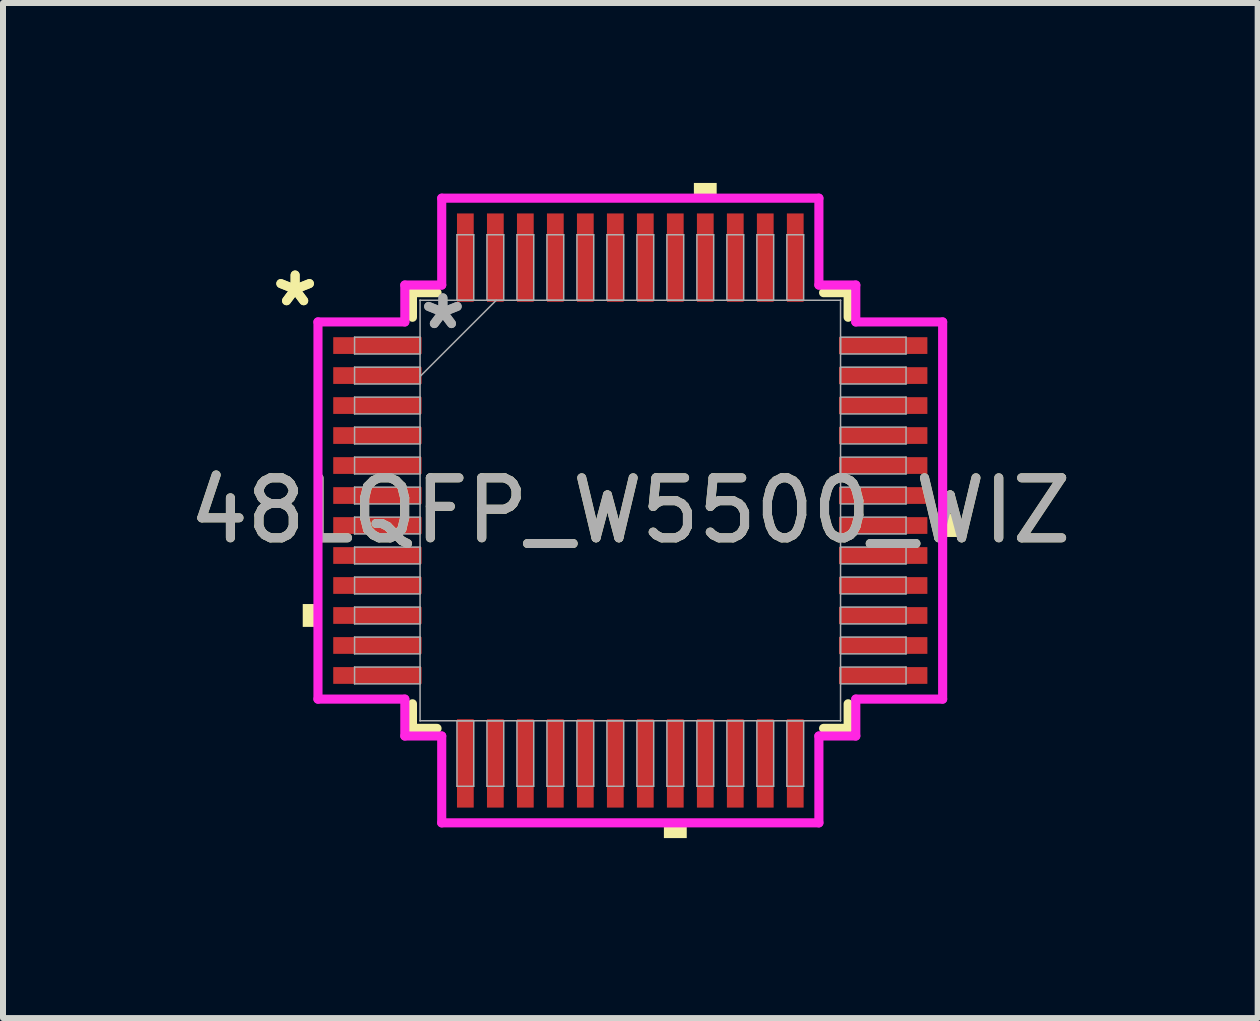
<source format=kicad_pcb>
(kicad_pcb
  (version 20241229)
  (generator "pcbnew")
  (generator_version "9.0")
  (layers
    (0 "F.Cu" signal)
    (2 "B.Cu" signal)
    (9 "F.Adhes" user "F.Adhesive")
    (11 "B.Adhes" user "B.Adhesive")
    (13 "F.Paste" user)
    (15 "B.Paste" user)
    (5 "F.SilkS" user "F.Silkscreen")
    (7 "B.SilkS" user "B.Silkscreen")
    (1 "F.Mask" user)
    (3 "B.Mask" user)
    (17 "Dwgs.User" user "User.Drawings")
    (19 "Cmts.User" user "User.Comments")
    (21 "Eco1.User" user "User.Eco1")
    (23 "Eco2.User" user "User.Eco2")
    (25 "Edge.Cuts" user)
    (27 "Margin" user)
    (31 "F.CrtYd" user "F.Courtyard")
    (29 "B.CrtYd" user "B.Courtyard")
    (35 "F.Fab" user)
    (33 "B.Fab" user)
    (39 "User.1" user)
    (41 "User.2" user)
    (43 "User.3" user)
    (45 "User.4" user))
  (footprint "48LQFP_W5500_WIZ"
    (layer "F.Cu")
    (at 7.458 5.461)
    (property "Reference" "48LQFP_W5500_WIZ" (at 0 0 0) (unlocked yes) (layer "F.SilkS") (effects (font (size 1 1) (thickness 0.15))))
    (attr smd)
    (fp_line (start -3.632 -3.632) (end -3.632 -3.222) (stroke (width 0.152) (type solid)) (layer "F.SilkS"))
    (fp_line (start -3.632 3.222) (end -3.632 3.632) (stroke (width 0.152) (type solid)) (layer "F.SilkS"))
    (fp_line (start -3.632 3.632) (end -3.222 3.632) (stroke (width 0.152) (type solid)) (layer "F.SilkS"))
    (fp_line (start -3.222 -3.632) (end -3.632 -3.632) (stroke (width 0.152) (type solid)) (layer "F.SilkS"))
    (fp_line (start 3.222 3.632) (end 3.632 3.632) (stroke (width 0.152) (type solid)) (layer "F.SilkS"))
    (fp_line (start 3.632 -3.632) (end 3.222 -3.632) (stroke (width 0.152) (type solid)) (layer "F.SilkS"))
    (fp_line (start 3.632 -3.222) (end 3.632 -3.632) (stroke (width 0.152) (type solid)) (layer "F.SilkS"))
    (fp_line (start 3.632 3.632) (end 3.632 3.222) (stroke (width 0.152) (type solid)) (layer "F.SilkS"))
    (fp_poly (pts (xy -5.461 1.559) (xy -5.461 1.94) (xy -5.207 1.94) (xy -5.207 1.559)) (stroke (width 0) (type solid)) (fill yes) (layer "F.SilkS"))
    (fp_poly (pts (xy 0.56 5.207) (xy 0.56 5.461) (xy 0.941 5.461) (xy 0.941 5.207)) (stroke (width 0) (type solid)) (fill yes) (layer "F.SilkS"))
    (fp_poly (pts (xy 1.06 -5.207) (xy 1.06 -5.461) (xy 1.44 -5.461) (xy 1.44 -5.207)) (stroke (width 0) (type solid)) (fill yes) (layer "F.SilkS"))
    (fp_poly (pts (xy 5.461 0.059) (xy 5.461 0.441) (xy 5.207 0.441) (xy 5.207 0.059)) (stroke (width 0) (type solid)) (fill yes) (layer "F.SilkS"))
    (fp_line (start -5.207 -3.144) (end -3.759 -3.144) (stroke (width 0.152) (type solid)) (layer "F.CrtYd"))
    (fp_line (start -5.207 3.144) (end -5.207 -3.144) (stroke (width 0.152) (type solid)) (layer "F.CrtYd"))
    (fp_line (start -3.759 -3.759) (end -3.144 -3.759) (stroke (width 0.152) (type solid)) (layer "F.CrtYd"))
    (fp_line (start -3.759 -3.144) (end -3.759 -3.759) (stroke (width 0.152) (type solid)) (layer "F.CrtYd"))
    (fp_line (start -3.759 3.144) (end -5.207 3.144) (stroke (width 0.152) (type solid)) (layer "F.CrtYd"))
    (fp_line (start -3.759 3.759) (end -3.759 3.144) (stroke (width 0.152) (type solid)) (layer "F.CrtYd"))
    (fp_line (start -3.759 3.759) (end -3.144 3.759) (stroke (width 0.152) (type solid)) (layer "F.CrtYd"))
    (fp_line (start -3.144 -5.207) (end 3.144 -5.207) (stroke (width 0.152) (type solid)) (layer "F.CrtYd"))
    (fp_line (start -3.144 -3.759) (end -3.144 -5.207) (stroke (width 0.152) (type solid)) (layer "F.CrtYd"))
    (fp_line (start -3.144 3.759) (end -3.144 5.207) (stroke (width 0.152) (type solid)) (layer "F.CrtYd"))
    (fp_line (start -3.144 5.207) (end 3.144 5.207) (stroke (width 0.152) (type solid)) (layer "F.CrtYd"))
    (fp_line (start 3.144 -5.207) (end 3.144 -3.759) (stroke (width 0.152) (type solid)) (layer "F.CrtYd"))
    (fp_line (start 3.144 -3.759) (end 3.759 -3.759) (stroke (width 0.152) (type solid)) (layer "F.CrtYd"))
    (fp_line (start 3.144 3.759) (end 3.759 3.759) (stroke (width 0.152) (type solid)) (layer "F.CrtYd"))
    (fp_line (start 3.144 5.207) (end 3.144 3.759) (stroke (width 0.152) (type solid)) (layer "F.CrtYd"))
    (fp_line (start 3.759 -3.144) (end 3.759 -3.759) (stroke (width 0.152) (type solid)) (layer "F.CrtYd"))
    (fp_line (start 3.759 3.144) (end 5.207 3.144) (stroke (width 0.152) (type solid)) (layer "F.CrtYd"))
    (fp_line (start 3.759 3.759) (end 3.759 3.144) (stroke (width 0.152) (type solid)) (layer "F.CrtYd"))
    (fp_line (start 5.207 -3.144) (end 3.759 -3.144) (stroke (width 0.152) (type solid)) (layer "F.CrtYd"))
    (fp_line (start 5.207 3.144) (end 5.207 -3.144) (stroke (width 0.152) (type solid)) (layer "F.CrtYd"))
    (fp_line (start -4.597 -2.89) (end -4.597 -2.61) (stroke (width 0.025) (type solid)) (layer "F.Fab"))
    (fp_line (start -4.597 -2.61) (end -3.505 -2.61) (stroke (width 0.025) (type solid)) (layer "F.Fab"))
    (fp_line (start -4.597 -2.39) (end -4.597 -2.11) (stroke (width 0.025) (type solid)) (layer "F.Fab"))
    (fp_line (start -4.597 -2.11) (end -3.505 -2.11) (stroke (width 0.025) (type solid)) (layer "F.Fab"))
    (fp_line (start -4.597 -1.89) (end -4.597 -1.61) (stroke (width 0.025) (type solid)) (layer "F.Fab"))
    (fp_line (start -4.597 -1.61) (end -3.505 -1.61) (stroke (width 0.025) (type solid)) (layer "F.Fab"))
    (fp_line (start -4.597 -1.39) (end -4.597 -1.11) (stroke (width 0.025) (type solid)) (layer "F.Fab"))
    (fp_line (start -4.597 -1.11) (end -3.505 -1.11) (stroke (width 0.025) (type solid)) (layer "F.Fab"))
    (fp_line (start -4.597 -0.89) (end -4.597 -0.61) (stroke (width 0.025) (type solid)) (layer "F.Fab"))
    (fp_line (start -4.597 -0.61) (end -3.505 -0.61) (stroke (width 0.025) (type solid)) (layer "F.Fab"))
    (fp_line (start -4.597 -0.39) (end -4.597 -0.11) (stroke (width 0.025) (type solid)) (layer "F.Fab"))
    (fp_line (start -4.597 -0.11) (end -3.505 -0.11) (stroke (width 0.025) (type solid)) (layer "F.Fab"))
    (fp_line (start -4.597 0.11) (end -4.597 0.39) (stroke (width 0.025) (type solid)) (layer "F.Fab"))
    (fp_line (start -4.597 0.39) (end -3.505 0.39) (stroke (width 0.025) (type solid)) (layer "F.Fab"))
    (fp_line (start -4.597 0.61) (end -4.597 0.89) (stroke (width 0.025) (type solid)) (layer "F.Fab"))
    (fp_line (start -4.597 0.89) (end -3.505 0.89) (stroke (width 0.025) (type solid)) (layer "F.Fab"))
    (fp_line (start -4.597 1.11) (end -4.597 1.39) (stroke (width 0.025) (type solid)) (layer "F.Fab"))
    (fp_line (start -4.597 1.39) (end -3.505 1.39) (stroke (width 0.025) (type solid)) (layer "F.Fab"))
    (fp_line (start -4.597 1.61) (end -4.597 1.89) (stroke (width 0.025) (type solid)) (layer "F.Fab"))
    (fp_line (start -4.597 1.89) (end -3.505 1.89) (stroke (width 0.025) (type solid)) (layer "F.Fab"))
    (fp_line (start -4.597 2.11) (end -4.597 2.39) (stroke (width 0.025) (type solid)) (layer "F.Fab"))
    (fp_line (start -4.597 2.39) (end -3.505 2.39) (stroke (width 0.025) (type solid)) (layer "F.Fab"))
    (fp_line (start -4.597 2.61) (end -4.597 2.89) (stroke (width 0.025) (type solid)) (layer "F.Fab"))
    (fp_line (start -4.597 2.89) (end -3.505 2.89) (stroke (width 0.025) (type solid)) (layer "F.Fab"))
    (fp_line (start -3.505 -3.505) (end -3.505 -3.505) (stroke (width 0.025) (type solid)) (layer "F.Fab"))
    (fp_line (start -3.505 -3.505) (end -3.505 3.505) (stroke (width 0.025) (type solid)) (layer "F.Fab"))
    (fp_line (start -3.505 -2.89) (end -4.597 -2.89) (stroke (width 0.025) (type solid)) (layer "F.Fab"))
    (fp_line (start -3.505 -2.61) (end -3.505 -2.89) (stroke (width 0.025) (type solid)) (layer "F.Fab"))
    (fp_line (start -3.505 -2.39) (end -4.597 -2.39) (stroke (width 0.025) (type solid)) (layer "F.Fab"))
    (fp_line (start -3.505 -2.235) (end -2.235 -3.505) (stroke (width 0.025) (type solid)) (layer "F.Fab"))
    (fp_line (start -3.505 -2.11) (end -3.505 -2.39) (stroke (width 0.025) (type solid)) (layer "F.Fab"))
    (fp_line (start -3.505 -1.89) (end -4.597 -1.89) (stroke (width 0.025) (type solid)) (layer "F.Fab"))
    (fp_line (start -3.505 -1.61) (end -3.505 -1.89) (stroke (width 0.025) (type solid)) (layer "F.Fab"))
    (fp_line (start -3.505 -1.39) (end -4.597 -1.39) (stroke (width 0.025) (type solid)) (layer "F.Fab"))
    (fp_line (start -3.505 -1.11) (end -3.505 -1.39) (stroke (width 0.025) (type solid)) (layer "F.Fab"))
    (fp_line (start -3.505 -0.89) (end -4.597 -0.89) (stroke (width 0.025) (type solid)) (layer "F.Fab"))
    (fp_line (start -3.505 -0.61) (end -3.505 -0.89) (stroke (width 0.025) (type solid)) (layer "F.Fab"))
    (fp_line (start -3.505 -0.39) (end -4.597 -0.39) (stroke (width 0.025) (type solid)) (layer "F.Fab"))
    (fp_line (start -3.505 -0.11) (end -3.505 -0.39) (stroke (width 0.025) (type solid)) (layer "F.Fab"))
    (fp_line (start -3.505 0.11) (end -4.597 0.11) (stroke (width 0.025) (type solid)) (layer "F.Fab"))
    (fp_line (start -3.505 0.39) (end -3.505 0.11) (stroke (width 0.025) (type solid)) (layer "F.Fab"))
    (fp_line (start -3.505 0.61) (end -4.597 0.61) (stroke (width 0.025) (type solid)) (layer "F.Fab"))
    (fp_line (start -3.505 0.89) (end -3.505 0.61) (stroke (width 0.025) (type solid)) (layer "F.Fab"))
    (fp_line (start -3.505 1.11) (end -4.597 1.11) (stroke (width 0.025) (type solid)) (layer "F.Fab"))
    (fp_line (start -3.505 1.39) (end -3.505 1.11) (stroke (width 0.025) (type solid)) (layer "F.Fab"))
    (fp_line (start -3.505 1.61) (end -4.597 1.61) (stroke (width 0.025) (type solid)) (layer "F.Fab"))
    (fp_line (start -3.505 1.89) (end -3.505 1.61) (stroke (width 0.025) (type solid)) (layer "F.Fab"))
    (fp_line (start -3.505 2.11) (end -4.597 2.11) (stroke (width 0.025) (type solid)) (layer "F.Fab"))
    (fp_line (start -3.505 2.39) (end -3.505 2.11) (stroke (width 0.025) (type solid)) (layer "F.Fab"))
    (fp_line (start -3.505 2.61) (end -4.597 2.61) (stroke (width 0.025) (type solid)) (layer "F.Fab"))
    (fp_line (start -3.505 2.89) (end -3.505 2.61) (stroke (width 0.025) (type solid)) (layer "F.Fab"))
    (fp_line (start -3.505 3.505) (end -3.505 3.505) (stroke (width 0.025) (type solid)) (layer "F.Fab"))
    (fp_line (start -3.505 3.505) (end 3.505 3.505) (stroke (width 0.025) (type solid)) (layer "F.Fab"))
    (fp_line (start -2.89 -4.597) (end -2.89 -3.505) (stroke (width 0.025) (type solid)) (layer "F.Fab"))
    (fp_line (start -2.89 -3.505) (end -2.61 -3.505) (stroke (width 0.025) (type solid)) (layer "F.Fab"))
    (fp_line (start -2.89 3.505) (end -2.89 4.597) (stroke (width 0.025) (type solid)) (layer "F.Fab"))
    (fp_line (start -2.89 4.597) (end -2.61 4.597) (stroke (width 0.025) (type solid)) (layer "F.Fab"))
    (fp_line (start -2.61 -4.597) (end -2.89 -4.597) (stroke (width 0.025) (type solid)) (layer "F.Fab"))
    (fp_line (start -2.61 -3.505) (end -2.61 -4.597) (stroke (width 0.025) (type solid)) (layer "F.Fab"))
    (fp_line (start -2.61 3.505) (end -2.89 3.505) (stroke (width 0.025) (type solid)) (layer "F.Fab"))
    (fp_line (start -2.61 4.597) (end -2.61 3.505) (stroke (width 0.025) (type solid)) (layer "F.Fab"))
    (fp_line (start -2.39 -4.597) (end -2.39 -3.505) (stroke (width 0.025) (type solid)) (layer "F.Fab"))
    (fp_line (start -2.39 -3.505) (end -2.11 -3.505) (stroke (width 0.025) (type solid)) (layer "F.Fab"))
    (fp_line (start -2.39 3.505) (end -2.39 4.597) (stroke (width 0.025) (type solid)) (layer "F.Fab"))
    (fp_line (start -2.39 4.597) (end -2.11 4.597) (stroke (width 0.025) (type solid)) (layer "F.Fab"))
    (fp_line (start -2.11 -4.597) (end -2.39 -4.597) (stroke (width 0.025) (type solid)) (layer "F.Fab"))
    (fp_line (start -2.11 -3.505) (end -2.11 -4.597) (stroke (width 0.025) (type solid)) (layer "F.Fab"))
    (fp_line (start -2.11 3.505) (end -2.39 3.505) (stroke (width 0.025) (type solid)) (layer "F.Fab"))
    (fp_line (start -2.11 4.597) (end -2.11 3.505) (stroke (width 0.025) (type solid)) (layer "F.Fab"))
    (fp_line (start -1.89 -4.597) (end -1.89 -3.505) (stroke (width 0.025) (type solid)) (layer "F.Fab"))
    (fp_line (start -1.89 -3.505) (end -1.61 -3.505) (stroke (width 0.025) (type solid)) (layer "F.Fab"))
    (fp_line (start -1.89 3.505) (end -1.89 4.597) (stroke (width 0.025) (type solid)) (layer "F.Fab"))
    (fp_line (start -1.89 4.597) (end -1.61 4.597) (stroke (width 0.025) (type solid)) (layer "F.Fab"))
    (fp_line (start -1.61 -4.597) (end -1.89 -4.597) (stroke (width 0.025) (type solid)) (layer "F.Fab"))
    (fp_line (start -1.61 -3.505) (end -1.61 -4.597) (stroke (width 0.025) (type solid)) (layer "F.Fab"))
    (fp_line (start -1.61 3.505) (end -1.89 3.505) (stroke (width 0.025) (type solid)) (layer "F.Fab"))
    (fp_line (start -1.61 4.597) (end -1.61 3.505) (stroke (width 0.025) (type solid)) (layer "F.Fab"))
    (fp_line (start -1.39 -4.597) (end -1.39 -3.505) (stroke (width 0.025) (type solid)) (layer "F.Fab"))
    (fp_line (start -1.39 -3.505) (end -1.11 -3.505) (stroke (width 0.025) (type solid)) (layer "F.Fab"))
    (fp_line (start -1.39 3.505) (end -1.39 4.597) (stroke (width 0.025) (type solid)) (layer "F.Fab"))
    (fp_line (start -1.39 4.597) (end -1.11 4.597) (stroke (width 0.025) (type solid)) (layer "F.Fab"))
    (fp_line (start -1.11 -4.597) (end -1.39 -4.597) (stroke (width 0.025) (type solid)) (layer "F.Fab"))
    (fp_line (start -1.11 -3.505) (end -1.11 -4.597) (stroke (width 0.025) (type solid)) (layer "F.Fab"))
    (fp_line (start -1.11 3.505) (end -1.39 3.505) (stroke (width 0.025) (type solid)) (layer "F.Fab"))
    (fp_line (start -1.11 4.597) (end -1.11 3.505) (stroke (width 0.025) (type solid)) (layer "F.Fab"))
    (fp_line (start -0.89 -4.597) (end -0.89 -3.505) (stroke (width 0.025) (type solid)) (layer "F.Fab"))
    (fp_line (start -0.89 -3.505) (end -0.61 -3.505) (stroke (width 0.025) (type solid)) (layer "F.Fab"))
    (fp_line (start -0.89 3.505) (end -0.89 4.597) (stroke (width 0.025) (type solid)) (layer "F.Fab"))
    (fp_line (start -0.89 4.597) (end -0.61 4.597) (stroke (width 0.025) (type solid)) (layer "F.Fab"))
    (fp_line (start -0.61 -4.597) (end -0.89 -4.597) (stroke (width 0.025) (type solid)) (layer "F.Fab"))
    (fp_line (start -0.61 -3.505) (end -0.61 -4.597) (stroke (width 0.025) (type solid)) (layer "F.Fab"))
    (fp_line (start -0.61 3.505) (end -0.89 3.505) (stroke (width 0.025) (type solid)) (layer "F.Fab"))
    (fp_line (start -0.61 4.597) (end -0.61 3.505) (stroke (width 0.025) (type solid)) (layer "F.Fab"))
    (fp_line (start -0.39 -4.597) (end -0.39 -3.505) (stroke (width 0.025) (type solid)) (layer "F.Fab"))
    (fp_line (start -0.39 -3.505) (end -0.11 -3.505) (stroke (width 0.025) (type solid)) (layer "F.Fab"))
    (fp_line (start -0.39 3.505) (end -0.39 4.597) (stroke (width 0.025) (type solid)) (layer "F.Fab"))
    (fp_line (start -0.39 4.597) (end -0.11 4.597) (stroke (width 0.025) (type solid)) (layer "F.Fab"))
    (fp_line (start -0.11 -4.597) (end -0.39 -4.597) (stroke (width 0.025) (type solid)) (layer "F.Fab"))
    (fp_line (start -0.11 -3.505) (end -0.11 -4.597) (stroke (width 0.025) (type solid)) (layer "F.Fab"))
    (fp_line (start -0.11 3.505) (end -0.39 3.505) (stroke (width 0.025) (type solid)) (layer "F.Fab"))
    (fp_line (start -0.11 4.597) (end -0.11 3.505) (stroke (width 0.025) (type solid)) (layer "F.Fab"))
    (fp_line (start 0.11 -4.597) (end 0.11 -3.505) (stroke (width 0.025) (type solid)) (layer "F.Fab"))
    (fp_line (start 0.11 -3.505) (end 0.39 -3.505) (stroke (width 0.025) (type solid)) (layer "F.Fab"))
    (fp_line (start 0.11 3.505) (end 0.11 4.597) (stroke (width 0.025) (type solid)) (layer "F.Fab"))
    (fp_line (start 0.11 4.597) (end 0.39 4.597) (stroke (width 0.025) (type solid)) (layer "F.Fab"))
    (fp_line (start 0.39 -4.597) (end 0.11 -4.597) (stroke (width 0.025) (type solid)) (layer "F.Fab"))
    (fp_line (start 0.39 -3.505) (end 0.39 -4.597) (stroke (width 0.025) (type solid)) (layer "F.Fab"))
    (fp_line (start 0.39 3.505) (end 0.11 3.505) (stroke (width 0.025) (type solid)) (layer "F.Fab"))
    (fp_line (start 0.39 4.597) (end 0.39 3.505) (stroke (width 0.025) (type solid)) (layer "F.Fab"))
    (fp_line (start 0.61 -4.597) (end 0.61 -3.505) (stroke (width 0.025) (type solid)) (layer "F.Fab"))
    (fp_line (start 0.61 -3.505) (end 0.89 -3.505) (stroke (width 0.025) (type solid)) (layer "F.Fab"))
    (fp_line (start 0.61 3.505) (end 0.61 4.597) (stroke (width 0.025) (type solid)) (layer "F.Fab"))
    (fp_line (start 0.61 4.597) (end 0.89 4.597) (stroke (width 0.025) (type solid)) (layer "F.Fab"))
    (fp_line (start 0.89 -4.597) (end 0.61 -4.597) (stroke (width 0.025) (type solid)) (layer "F.Fab"))
    (fp_line (start 0.89 -3.505) (end 0.89 -4.597) (stroke (width 0.025) (type solid)) (layer "F.Fab"))
    (fp_line (start 0.89 3.505) (end 0.61 3.505) (stroke (width 0.025) (type solid)) (layer "F.Fab"))
    (fp_line (start 0.89 4.597) (end 0.89 3.505) (stroke (width 0.025) (type solid)) (layer "F.Fab"))
    (fp_line (start 1.11 -4.597) (end 1.11 -3.505) (stroke (width 0.025) (type solid)) (layer "F.Fab"))
    (fp_line (start 1.11 -3.505) (end 1.39 -3.505) (stroke (width 0.025) (type solid)) (layer "F.Fab"))
    (fp_line (start 1.11 3.505) (end 1.11 4.597) (stroke (width 0.025) (type solid)) (layer "F.Fab"))
    (fp_line (start 1.11 4.597) (end 1.39 4.597) (stroke (width 0.025) (type solid)) (layer "F.Fab"))
    (fp_line (start 1.39 -4.597) (end 1.11 -4.597) (stroke (width 0.025) (type solid)) (layer "F.Fab"))
    (fp_line (start 1.39 -3.505) (end 1.39 -4.597) (stroke (width 0.025) (type solid)) (layer "F.Fab"))
    (fp_line (start 1.39 3.505) (end 1.11 3.505) (stroke (width 0.025) (type solid)) (layer "F.Fab"))
    (fp_line (start 1.39 4.597) (end 1.39 3.505) (stroke (width 0.025) (type solid)) (layer "F.Fab"))
    (fp_line (start 1.61 -4.597) (end 1.61 -3.505) (stroke (width 0.025) (type solid)) (layer "F.Fab"))
    (fp_line (start 1.61 -3.505) (end 1.89 -3.505) (stroke (width 0.025) (type solid)) (layer "F.Fab"))
    (fp_line (start 1.61 3.505) (end 1.61 4.597) (stroke (width 0.025) (type solid)) (layer "F.Fab"))
    (fp_line (start 1.61 4.597) (end 1.89 4.597) (stroke (width 0.025) (type solid)) (layer "F.Fab"))
    (fp_line (start 1.89 -4.597) (end 1.61 -4.597) (stroke (width 0.025) (type solid)) (layer "F.Fab"))
    (fp_line (start 1.89 -3.505) (end 1.89 -4.597) (stroke (width 0.025) (type solid)) (layer "F.Fab"))
    (fp_line (start 1.89 3.505) (end 1.61 3.505) (stroke (width 0.025) (type solid)) (layer "F.Fab"))
    (fp_line (start 1.89 4.597) (end 1.89 3.505) (stroke (width 0.025) (type solid)) (layer "F.Fab"))
    (fp_line (start 2.11 -4.597) (end 2.11 -3.505) (stroke (width 0.025) (type solid)) (layer "F.Fab"))
    (fp_line (start 2.11 -3.505) (end 2.39 -3.505) (stroke (width 0.025) (type solid)) (layer "F.Fab"))
    (fp_line (start 2.11 3.505) (end 2.11 4.597) (stroke (width 0.025) (type solid)) (layer "F.Fab"))
    (fp_line (start 2.11 4.597) (end 2.39 4.597) (stroke (width 0.025) (type solid)) (layer "F.Fab"))
    (fp_line (start 2.39 -4.597) (end 2.11 -4.597) (stroke (width 0.025) (type solid)) (layer "F.Fab"))
    (fp_line (start 2.39 -3.505) (end 2.39 -4.597) (stroke (width 0.025) (type solid)) (layer "F.Fab"))
    (fp_line (start 2.39 3.505) (end 2.11 3.505) (stroke (width 0.025) (type solid)) (layer "F.Fab"))
    (fp_line (start 2.39 4.597) (end 2.39 3.505) (stroke (width 0.025) (type solid)) (layer "F.Fab"))
    (fp_line (start 2.61 -4.597) (end 2.61 -3.505) (stroke (width 0.025) (type solid)) (layer "F.Fab"))
    (fp_line (start 2.61 -3.505) (end 2.89 -3.505) (stroke (width 0.025) (type solid)) (layer "F.Fab"))
    (fp_line (start 2.61 3.505) (end 2.61 4.597) (stroke (width 0.025) (type solid)) (layer "F.Fab"))
    (fp_line (start 2.61 4.597) (end 2.89 4.597) (stroke (width 0.025) (type solid)) (layer "F.Fab"))
    (fp_line (start 2.89 -4.597) (end 2.61 -4.597) (stroke (width 0.025) (type solid)) (layer "F.Fab"))
    (fp_line (start 2.89 -3.505) (end 2.89 -4.597) (stroke (width 0.025) (type solid)) (layer "F.Fab"))
    (fp_line (start 2.89 3.505) (end 2.61 3.505) (stroke (width 0.025) (type solid)) (layer "F.Fab"))
    (fp_line (start 2.89 4.597) (end 2.89 3.505) (stroke (width 0.025) (type solid)) (layer "F.Fab"))
    (fp_line (start 3.505 -3.505) (end -3.505 -3.505) (stroke (width 0.025) (type solid)) (layer "F.Fab"))
    (fp_line (start 3.505 -3.505) (end 3.505 -3.505) (stroke (width 0.025) (type solid)) (layer "F.Fab"))
    (fp_line (start 3.505 -2.89) (end 3.505 -2.61) (stroke (width 0.025) (type solid)) (layer "F.Fab"))
    (fp_line (start 3.505 -2.61) (end 4.597 -2.61) (stroke (width 0.025) (type solid)) (layer "F.Fab"))
    (fp_line (start 3.505 -2.39) (end 3.505 -2.11) (stroke (width 0.025) (type solid)) (layer "F.Fab"))
    (fp_line (start 3.505 -2.11) (end 4.597 -2.11) (stroke (width 0.025) (type solid)) (layer "F.Fab"))
    (fp_line (start 3.505 -1.89) (end 3.505 -1.61) (stroke (width 0.025) (type solid)) (layer "F.Fab"))
    (fp_line (start 3.505 -1.61) (end 4.597 -1.61) (stroke (width 0.025) (type solid)) (layer "F.Fab"))
    (fp_line (start 3.505 -1.39) (end 3.505 -1.11) (stroke (width 0.025) (type solid)) (layer "F.Fab"))
    (fp_line (start 3.505 -1.11) (end 4.597 -1.11) (stroke (width 0.025) (type solid)) (layer "F.Fab"))
    (fp_line (start 3.505 -0.89) (end 3.505 -0.61) (stroke (width 0.025) (type solid)) (layer "F.Fab"))
    (fp_line (start 3.505 -0.61) (end 4.597 -0.61) (stroke (width 0.025) (type solid)) (layer "F.Fab"))
    (fp_line (start 3.505 -0.39) (end 3.505 -0.11) (stroke (width 0.025) (type solid)) (layer "F.Fab"))
    (fp_line (start 3.505 -0.11) (end 4.597 -0.11) (stroke (width 0.025) (type solid)) (layer "F.Fab"))
    (fp_line (start 3.505 0.11) (end 3.505 0.39) (stroke (width 0.025) (type solid)) (layer "F.Fab"))
    (fp_line (start 3.505 0.39) (end 4.597 0.39) (stroke (width 0.025) (type solid)) (layer "F.Fab"))
    (fp_line (start 3.505 0.61) (end 3.505 0.89) (stroke (width 0.025) (type solid)) (layer "F.Fab"))
    (fp_line (start 3.505 0.89) (end 4.597 0.89) (stroke (width 0.025) (type solid)) (layer "F.Fab"))
    (fp_line (start 3.505 1.11) (end 3.505 1.39) (stroke (width 0.025) (type solid)) (layer "F.Fab"))
    (fp_line (start 3.505 1.39) (end 4.597 1.39) (stroke (width 0.025) (type solid)) (layer "F.Fab"))
    (fp_line (start 3.505 1.61) (end 3.505 1.89) (stroke (width 0.025) (type solid)) (layer "F.Fab"))
    (fp_line (start 3.505 1.89) (end 4.597 1.89) (stroke (width 0.025) (type solid)) (layer "F.Fab"))
    (fp_line (start 3.505 2.11) (end 3.505 2.39) (stroke (width 0.025) (type solid)) (layer "F.Fab"))
    (fp_line (start 3.505 2.39) (end 4.597 2.39) (stroke (width 0.025) (type solid)) (layer "F.Fab"))
    (fp_line (start 3.505 2.61) (end 3.505 2.89) (stroke (width 0.025) (type solid)) (layer "F.Fab"))
    (fp_line (start 3.505 2.89) (end 4.597 2.89) (stroke (width 0.025) (type solid)) (layer "F.Fab"))
    (fp_line (start 3.505 3.505) (end 3.505 -3.505) (stroke (width 0.025) (type solid)) (layer "F.Fab"))
    (fp_line (start 3.505 3.505) (end 3.505 3.505) (stroke (width 0.025) (type solid)) (layer "F.Fab"))
    (fp_line (start 4.597 -2.89) (end 3.505 -2.89) (stroke (width 0.025) (type solid)) (layer "F.Fab"))
    (fp_line (start 4.597 -2.61) (end 4.597 -2.89) (stroke (width 0.025) (type solid)) (layer "F.Fab"))
    (fp_line (start 4.597 -2.39) (end 3.505 -2.39) (stroke (width 0.025) (type solid)) (layer "F.Fab"))
    (fp_line (start 4.597 -2.11) (end 4.597 -2.39) (stroke (width 0.025) (type solid)) (layer "F.Fab"))
    (fp_line (start 4.597 -1.89) (end 3.505 -1.89) (stroke (width 0.025) (type solid)) (layer "F.Fab"))
    (fp_line (start 4.597 -1.61) (end 4.597 -1.89) (stroke (width 0.025) (type solid)) (layer "F.Fab"))
    (fp_line (start 4.597 -1.39) (end 3.505 -1.39) (stroke (width 0.025) (type solid)) (layer "F.Fab"))
    (fp_line (start 4.597 -1.11) (end 4.597 -1.39) (stroke (width 0.025) (type solid)) (layer "F.Fab"))
    (fp_line (start 4.597 -0.89) (end 3.505 -0.89) (stroke (width 0.025) (type solid)) (layer "F.Fab"))
    (fp_line (start 4.597 -0.61) (end 4.597 -0.89) (stroke (width 0.025) (type solid)) (layer "F.Fab"))
    (fp_line (start 4.597 -0.39) (end 3.505 -0.39) (stroke (width 0.025) (type solid)) (layer "F.Fab"))
    (fp_line (start 4.597 -0.11) (end 4.597 -0.39) (stroke (width 0.025) (type solid)) (layer "F.Fab"))
    (fp_line (start 4.597 0.11) (end 3.505 0.11) (stroke (width 0.025) (type solid)) (layer "F.Fab"))
    (fp_line (start 4.597 0.39) (end 4.597 0.11) (stroke (width 0.025) (type solid)) (layer "F.Fab"))
    (fp_line (start 4.597 0.61) (end 3.505 0.61) (stroke (width 0.025) (type solid)) (layer "F.Fab"))
    (fp_line (start 4.597 0.89) (end 4.597 0.61) (stroke (width 0.025) (type solid)) (layer "F.Fab"))
    (fp_line (start 4.597 1.11) (end 3.505 1.11) (stroke (width 0.025) (type solid)) (layer "F.Fab"))
    (fp_line (start 4.597 1.39) (end 4.597 1.11) (stroke (width 0.025) (type solid)) (layer "F.Fab"))
    (fp_line (start 4.597 1.61) (end 3.505 1.61) (stroke (width 0.025) (type solid)) (layer "F.Fab"))
    (fp_line (start 4.597 1.89) (end 4.597 1.61) (stroke (width 0.025) (type solid)) (layer "F.Fab"))
    (fp_line (start 4.597 2.11) (end 3.505 2.11) (stroke (width 0.025) (type solid)) (layer "F.Fab"))
    (fp_line (start 4.597 2.39) (end 4.597 2.11) (stroke (width 0.025) (type solid)) (layer "F.Fab"))
    (fp_line (start 4.597 2.61) (end 3.505 2.61) (stroke (width 0.025) (type solid)) (layer "F.Fab"))
    (fp_line (start 4.597 2.89) (end 4.597 2.61) (stroke (width 0.025) (type solid)) (layer "F.Fab"))
    (fp_text user "*" (at -5.588 -3.381 0) (layer "F.SilkS") (effects (font (size 1 1) (thickness 0.15))))
    (fp_text user "*" (at -5.588 -3.381 0) (unlocked yes) (layer "F.SilkS") (effects (font (size 1 1) (thickness 0.15))))
    (fp_text user "*" (at -3.124 -3 0) (layer "F.Fab") (effects (font (size 1 1) (thickness 0.15))))
    (fp_text user "${REFERENCE}" (at 0 0 0) (unlocked yes) (layer "F.Fab") (effects (font (size 1 1) (thickness 0.15))))
    (fp_text user "*" (at -3.124 -3 0) (unlocked yes) (layer "F.Fab") (effects (font (size 1 1) (thickness 0.15))))
    (pad "1" smd rect (at -4.216 -2.75 90) (size 0.279 1.473) (layers "F.Cu" "F.Mask" "F.Paste"))
    (pad "2" smd rect (at -4.216 -2.25 90) (size 0.279 1.473) (layers "F.Cu" "F.Mask" "F.Paste"))
    (pad "3" smd rect (at -4.216 -1.75 90) (size 0.279 1.473) (layers "F.Cu" "F.Mask" "F.Paste"))
    (pad "4" smd rect (at -4.216 -1.25 90) (size 0.279 1.473) (layers "F.Cu" "F.Mask" "F.Paste"))
    (pad "5" smd rect (at -4.216 -0.75 90) (size 0.279 1.473) (layers "F.Cu" "F.Mask" "F.Paste"))
    (pad "6" smd rect (at -4.216 -0.25 90) (size 0.279 1.473) (layers "F.Cu" "F.Mask" "F.Paste"))
    (pad "7" smd rect (at -4.216 0.25 90) (size 0.279 1.473) (layers "F.Cu" "F.Mask" "F.Paste"))
    (pad "8" smd rect (at -4.216 0.75 90) (size 0.279 1.473) (layers "F.Cu" "F.Mask" "F.Paste"))
    (pad "9" smd rect (at -4.216 1.25 90) (size 0.279 1.473) (layers "F.Cu" "F.Mask" "F.Paste"))
    (pad "10" smd rect (at -4.216 1.75 90) (size 0.279 1.473) (layers "F.Cu" "F.Mask" "F.Paste"))
    (pad "11" smd rect (at -4.216 2.25 90) (size 0.279 1.473) (layers "F.Cu" "F.Mask" "F.Paste"))
    (pad "12" smd rect (at -4.216 2.75 90) (size 0.279 1.473) (layers "F.Cu" "F.Mask" "F.Paste"))
    (pad "13" smd rect (at -2.75 4.216) (size 0.279 1.473) (layers "F.Cu" "F.Mask" "F.Paste"))
    (pad "14" smd rect (at -2.25 4.216) (size 0.279 1.473) (layers "F.Cu" "F.Mask" "F.Paste"))
    (pad "15" smd rect (at -1.75 4.216) (size 0.279 1.473) (layers "F.Cu" "F.Mask" "F.Paste"))
    (pad "16" smd rect (at -1.25 4.216) (size 0.279 1.473) (layers "F.Cu" "F.Mask" "F.Paste"))
    (pad "17" smd rect (at -0.75 4.216) (size 0.279 1.473) (layers "F.Cu" "F.Mask" "F.Paste"))
    (pad "18" smd rect (at -0.25 4.216) (size 0.279 1.473) (layers "F.Cu" "F.Mask" "F.Paste"))
    (pad "19" smd rect (at 0.25 4.216) (size 0.279 1.473) (layers "F.Cu" "F.Mask" "F.Paste"))
    (pad "20" smd rect (at 0.75 4.216) (size 0.279 1.473) (layers "F.Cu" "F.Mask" "F.Paste"))
    (pad "21" smd rect (at 1.25 4.216) (size 0.279 1.473) (layers "F.Cu" "F.Mask" "F.Paste"))
    (pad "22" smd rect (at 1.75 4.216) (size 0.279 1.473) (layers "F.Cu" "F.Mask" "F.Paste"))
    (pad "23" smd rect (at 2.25 4.216) (size 0.279 1.473) (layers "F.Cu" "F.Mask" "F.Paste"))
    (pad "24" smd rect (at 2.75 4.216) (size 0.279 1.473) (layers "F.Cu" "F.Mask" "F.Paste"))
    (pad "25" smd rect (at 4.216 2.75 90) (size 0.279 1.473) (layers "F.Cu" "F.Mask" "F.Paste"))
    (pad "26" smd rect (at 4.216 2.25 90) (size 0.279 1.473) (layers "F.Cu" "F.Mask" "F.Paste"))
    (pad "27" smd rect (at 4.216 1.75 90) (size 0.279 1.473) (layers "F.Cu" "F.Mask" "F.Paste"))
    (pad "28" smd rect (at 4.216 1.25 90) (size 0.279 1.473) (layers "F.Cu" "F.Mask" "F.Paste"))
    (pad "29" smd rect (at 4.216 0.75 90) (size 0.279 1.473) (layers "F.Cu" "F.Mask" "F.Paste"))
    (pad "30" smd rect (at 4.216 0.25 90) (size 0.279 1.473) (layers "F.Cu" "F.Mask" "F.Paste"))
    (pad "31" smd rect (at 4.216 -0.25 90) (size 0.279 1.473) (layers "F.Cu" "F.Mask" "F.Paste"))
    (pad "32" smd rect (at 4.216 -0.75 90) (size 0.279 1.473) (layers "F.Cu" "F.Mask" "F.Paste"))
    (pad "33" smd rect (at 4.216 -1.25 90) (size 0.279 1.473) (layers "F.Cu" "F.Mask" "F.Paste"))
    (pad "34" smd rect (at 4.216 -1.75 90) (size 0.279 1.473) (layers "F.Cu" "F.Mask" "F.Paste"))
    (pad "35" smd rect (at 4.216 -2.25 90) (size 0.279 1.473) (layers "F.Cu" "F.Mask" "F.Paste"))
    (pad "36" smd rect (at 4.216 -2.75 90) (size 0.279 1.473) (layers "F.Cu" "F.Mask" "F.Paste"))
    (pad "37" smd rect (at 2.75 -4.216) (size 0.279 1.473) (layers "F.Cu" "F.Mask" "F.Paste"))
    (pad "38" smd rect (at 2.25 -4.216) (size 0.279 1.473) (layers "F.Cu" "F.Mask" "F.Paste"))
    (pad "39" smd rect (at 1.75 -4.216) (size 0.279 1.473) (layers "F.Cu" "F.Mask" "F.Paste"))
    (pad "40" smd rect (at 1.25 -4.216) (size 0.279 1.473) (layers "F.Cu" "F.Mask" "F.Paste"))
    (pad "41" smd rect (at 0.75 -4.216) (size 0.279 1.473) (layers "F.Cu" "F.Mask" "F.Paste"))
    (pad "42" smd rect (at 0.25 -4.216) (size 0.279 1.473) (layers "F.Cu" "F.Mask" "F.Paste"))
    (pad "43" smd rect (at -0.25 -4.216) (size 0.279 1.473) (layers "F.Cu" "F.Mask" "F.Paste"))
    (pad "44" smd rect (at -0.75 -4.216) (size 0.279 1.473) (layers "F.Cu" "F.Mask" "F.Paste"))
    (pad "45" smd rect (at -1.25 -4.216) (size 0.279 1.473) (layers "F.Cu" "F.Mask" "F.Paste"))
    (pad "46" smd rect (at -1.75 -4.216) (size 0.279 1.473) (layers "F.Cu" "F.Mask" "F.Paste"))
    (pad "47" smd rect (at -2.25 -4.216) (size 0.279 1.473) (layers "F.Cu" "F.Mask" "F.Paste"))
    (pad "48" smd rect (at -2.75 -4.216) (size 0.279 1.473) (layers "F.Cu" "F.Mask" "F.Paste")))
  (gr_rect
    (start -3 -3)
    (end 17.917 13.922)
    (stroke (width 0.1) (type default))
    (fill no)
    (layer "Edge.Cuts")))
</source>
